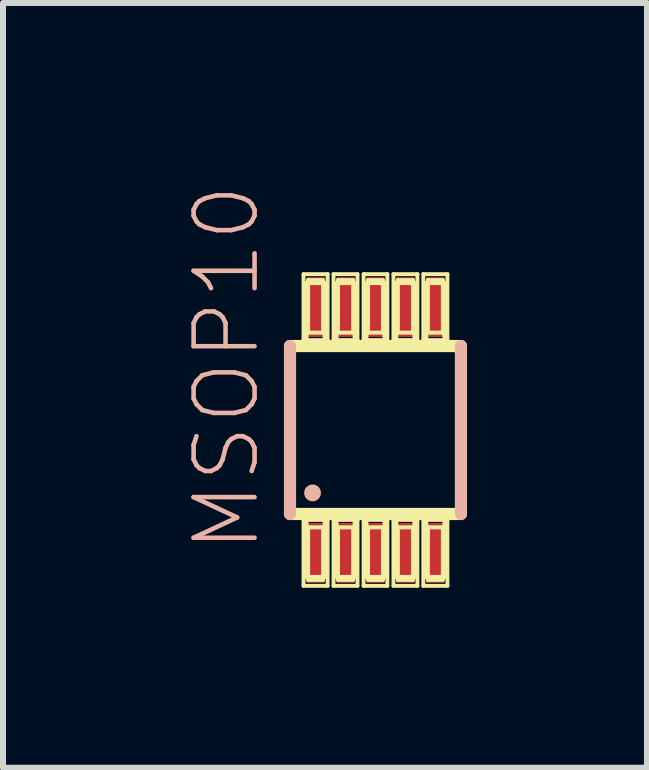
<source format=kicad_pcb>
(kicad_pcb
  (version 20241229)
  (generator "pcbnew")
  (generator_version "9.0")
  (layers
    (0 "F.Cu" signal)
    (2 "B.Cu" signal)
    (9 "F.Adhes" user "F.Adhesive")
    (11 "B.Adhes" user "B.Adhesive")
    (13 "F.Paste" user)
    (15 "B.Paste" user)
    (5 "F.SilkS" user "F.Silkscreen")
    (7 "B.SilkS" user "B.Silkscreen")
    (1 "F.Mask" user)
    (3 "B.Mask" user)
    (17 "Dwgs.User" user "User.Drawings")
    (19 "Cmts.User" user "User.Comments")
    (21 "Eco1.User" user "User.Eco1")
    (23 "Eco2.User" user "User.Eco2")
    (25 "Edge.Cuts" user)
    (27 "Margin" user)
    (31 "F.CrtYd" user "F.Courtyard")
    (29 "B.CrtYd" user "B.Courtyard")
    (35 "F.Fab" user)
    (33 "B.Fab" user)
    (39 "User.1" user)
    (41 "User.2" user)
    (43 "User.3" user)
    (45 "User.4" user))
  (footprint "MSOP10"
    (layer "F.Cu")
    (at 3.21 4.119)
    (property "Reference" "MSOP10" (at -2.482 -1.034 90) (layer "B.SilkS") (effects (font (size 1.016 1.016) (thickness 0.076))))
    (attr smd)
    (fp_line (start -1.425 1.4) (end 1.425 1.4) (stroke (width 0.203) (type solid)) (layer "F.SilkS"))
    (fp_line (start -1.199 -2.598) (end -0.798 -2.598) (stroke (width 0.066) (type solid)) (layer "F.SilkS"))
    (fp_line (start -1.199 -1.499) (end -1.199 -2.598) (stroke (width 0.066) (type solid)) (layer "F.SilkS"))
    (fp_line (start -1.199 -1.499) (end -0.798 -1.499) (stroke (width 0.066) (type solid)) (layer "F.SilkS"))
    (fp_line (start -1.199 1.499) (end -0.798 1.499) (stroke (width 0.066) (type solid)) (layer "F.SilkS"))
    (fp_line (start -1.199 2.598) (end -1.199 1.499) (stroke (width 0.066) (type solid)) (layer "F.SilkS"))
    (fp_line (start -1.199 2.598) (end -0.798 2.598) (stroke (width 0.066) (type solid)) (layer "F.SilkS"))
    (fp_line (start -1.148 -2.449) (end -0.848 -2.449) (stroke (width 0.066) (type solid)) (layer "F.SilkS"))
    (fp_line (start -1.148 -1.473) (end -1.148 -2.449) (stroke (width 0.066) (type solid)) (layer "F.SilkS"))
    (fp_line (start -1.148 -1.473) (end -0.848 -1.473) (stroke (width 0.066) (type solid)) (layer "F.SilkS"))
    (fp_line (start -1.148 1.473) (end -0.848 1.473) (stroke (width 0.066) (type solid)) (layer "F.SilkS"))
    (fp_line (start -1.148 2.449) (end -1.148 1.473) (stroke (width 0.066) (type solid)) (layer "F.SilkS"))
    (fp_line (start -1.148 2.449) (end -0.848 2.449) (stroke (width 0.066) (type solid)) (layer "F.SilkS"))
    (fp_line (start -1.123 -2.499) (end -0.874 -2.499) (stroke (width 0.066) (type solid)) (layer "F.SilkS"))
    (fp_line (start -1.123 -1.623) (end -1.123 -2.499) (stroke (width 0.066) (type solid)) (layer "F.SilkS"))
    (fp_line (start -1.123 -1.623) (end -0.874 -1.623) (stroke (width 0.066) (type solid)) (layer "F.SilkS"))
    (fp_line (start -1.123 1.623) (end -0.874 1.623) (stroke (width 0.066) (type solid)) (layer "F.SilkS"))
    (fp_line (start -1.123 2.499) (end -1.123 1.623) (stroke (width 0.066) (type solid)) (layer "F.SilkS"))
    (fp_line (start -1.123 2.499) (end -0.874 2.499) (stroke (width 0.066) (type solid)) (layer "F.SilkS"))
    (fp_line (start -0.874 -1.623) (end -0.874 -2.499) (stroke (width 0.066) (type solid)) (layer "F.SilkS"))
    (fp_line (start -0.874 2.499) (end -0.874 1.623) (stroke (width 0.066) (type solid)) (layer "F.SilkS"))
    (fp_line (start -0.848 -1.473) (end -0.848 -2.449) (stroke (width 0.066) (type solid)) (layer "F.SilkS"))
    (fp_line (start -0.848 2.449) (end -0.848 1.473) (stroke (width 0.066) (type solid)) (layer "F.SilkS"))
    (fp_line (start -0.798 -1.499) (end -0.798 -2.598) (stroke (width 0.066) (type solid)) (layer "F.SilkS"))
    (fp_line (start -0.798 2.598) (end -0.798 1.499) (stroke (width 0.066) (type solid)) (layer "F.SilkS"))
    (fp_line (start -0.699 -2.598) (end -0.3 -2.598) (stroke (width 0.066) (type solid)) (layer "F.SilkS"))
    (fp_line (start -0.699 -1.499) (end -0.699 -2.598) (stroke (width 0.066) (type solid)) (layer "F.SilkS"))
    (fp_line (start -0.699 -1.499) (end -0.3 -1.499) (stroke (width 0.066) (type solid)) (layer "F.SilkS"))
    (fp_line (start -0.699 1.499) (end -0.3 1.499) (stroke (width 0.066) (type solid)) (layer "F.SilkS"))
    (fp_line (start -0.699 2.598) (end -0.699 1.499) (stroke (width 0.066) (type solid)) (layer "F.SilkS"))
    (fp_line (start -0.699 2.598) (end -0.3 2.598) (stroke (width 0.066) (type solid)) (layer "F.SilkS"))
    (fp_line (start -0.648 -2.449) (end -0.348 -2.449) (stroke (width 0.066) (type solid)) (layer "F.SilkS"))
    (fp_line (start -0.648 -1.473) (end -0.648 -2.449) (stroke (width 0.066) (type solid)) (layer "F.SilkS"))
    (fp_line (start -0.648 -1.473) (end -0.348 -1.473) (stroke (width 0.066) (type solid)) (layer "F.SilkS"))
    (fp_line (start -0.648 1.473) (end -0.348 1.473) (stroke (width 0.066) (type solid)) (layer "F.SilkS"))
    (fp_line (start -0.648 2.449) (end -0.648 1.473) (stroke (width 0.066) (type solid)) (layer "F.SilkS"))
    (fp_line (start -0.648 2.449) (end -0.348 2.449) (stroke (width 0.066) (type solid)) (layer "F.SilkS"))
    (fp_line (start -0.625 -2.499) (end -0.373 -2.499) (stroke (width 0.066) (type solid)) (layer "F.SilkS"))
    (fp_line (start -0.625 -1.623) (end -0.625 -2.499) (stroke (width 0.066) (type solid)) (layer "F.SilkS"))
    (fp_line (start -0.625 -1.623) (end -0.373 -1.623) (stroke (width 0.066) (type solid)) (layer "F.SilkS"))
    (fp_line (start -0.625 1.623) (end -0.373 1.623) (stroke (width 0.066) (type solid)) (layer "F.SilkS"))
    (fp_line (start -0.625 2.499) (end -0.625 1.623) (stroke (width 0.066) (type solid)) (layer "F.SilkS"))
    (fp_line (start -0.625 2.499) (end -0.373 2.499) (stroke (width 0.066) (type solid)) (layer "F.SilkS"))
    (fp_line (start -0.373 -1.623) (end -0.373 -2.499) (stroke (width 0.066) (type solid)) (layer "F.SilkS"))
    (fp_line (start -0.373 2.499) (end -0.373 1.623) (stroke (width 0.066) (type solid)) (layer "F.SilkS"))
    (fp_line (start -0.348 -1.473) (end -0.348 -2.449) (stroke (width 0.066) (type solid)) (layer "F.SilkS"))
    (fp_line (start -0.348 2.449) (end -0.348 1.473) (stroke (width 0.066) (type solid)) (layer "F.SilkS"))
    (fp_line (start -0.3 -1.499) (end -0.3 -2.598) (stroke (width 0.066) (type solid)) (layer "F.SilkS"))
    (fp_line (start -0.3 2.598) (end -0.3 1.499) (stroke (width 0.066) (type solid)) (layer "F.SilkS"))
    (fp_line (start -0.198 -2.598) (end 0.198 -2.598) (stroke (width 0.066) (type solid)) (layer "F.SilkS"))
    (fp_line (start -0.198 -1.499) (end -0.198 -2.598) (stroke (width 0.066) (type solid)) (layer "F.SilkS"))
    (fp_line (start -0.198 -1.499) (end 0.198 -1.499) (stroke (width 0.066) (type solid)) (layer "F.SilkS"))
    (fp_line (start -0.198 1.499) (end 0.198 1.499) (stroke (width 0.066) (type solid)) (layer "F.SilkS"))
    (fp_line (start -0.198 2.598) (end -0.198 1.499) (stroke (width 0.066) (type solid)) (layer "F.SilkS"))
    (fp_line (start -0.198 2.598) (end 0.198 2.598) (stroke (width 0.066) (type solid)) (layer "F.SilkS"))
    (fp_line (start -0.15 -2.449) (end 0.15 -2.449) (stroke (width 0.066) (type solid)) (layer "F.SilkS"))
    (fp_line (start -0.15 -1.473) (end -0.15 -2.449) (stroke (width 0.066) (type solid)) (layer "F.SilkS"))
    (fp_line (start -0.15 -1.473) (end 0.15 -1.473) (stroke (width 0.066) (type solid)) (layer "F.SilkS"))
    (fp_line (start -0.15 1.473) (end 0.15 1.473) (stroke (width 0.066) (type solid)) (layer "F.SilkS"))
    (fp_line (start -0.15 2.449) (end -0.15 1.473) (stroke (width 0.066) (type solid)) (layer "F.SilkS"))
    (fp_line (start -0.15 2.449) (end 0.15 2.449) (stroke (width 0.066) (type solid)) (layer "F.SilkS"))
    (fp_line (start -0.124 -2.499) (end 0.124 -2.499) (stroke (width 0.066) (type solid)) (layer "F.SilkS"))
    (fp_line (start -0.124 -1.623) (end -0.124 -2.499) (stroke (width 0.066) (type solid)) (layer "F.SilkS"))
    (fp_line (start -0.124 -1.623) (end 0.124 -1.623) (stroke (width 0.066) (type solid)) (layer "F.SilkS"))
    (fp_line (start -0.124 1.623) (end 0.124 1.623) (stroke (width 0.066) (type solid)) (layer "F.SilkS"))
    (fp_line (start -0.124 2.499) (end -0.124 1.623) (stroke (width 0.066) (type solid)) (layer "F.SilkS"))
    (fp_line (start -0.124 2.499) (end 0.124 2.499) (stroke (width 0.066) (type solid)) (layer "F.SilkS"))
    (fp_line (start 0.124 -1.623) (end 0.124 -2.499) (stroke (width 0.066) (type solid)) (layer "F.SilkS"))
    (fp_line (start 0.124 2.499) (end 0.124 1.623) (stroke (width 0.066) (type solid)) (layer "F.SilkS"))
    (fp_line (start 0.15 -1.473) (end 0.15 -2.449) (stroke (width 0.066) (type solid)) (layer "F.SilkS"))
    (fp_line (start 0.15 2.449) (end 0.15 1.473) (stroke (width 0.066) (type solid)) (layer "F.SilkS"))
    (fp_line (start 0.198 -1.499) (end 0.198 -2.598) (stroke (width 0.066) (type solid)) (layer "F.SilkS"))
    (fp_line (start 0.198 2.598) (end 0.198 1.499) (stroke (width 0.066) (type solid)) (layer "F.SilkS"))
    (fp_line (start 0.3 -2.598) (end 0.699 -2.598) (stroke (width 0.066) (type solid)) (layer "F.SilkS"))
    (fp_line (start 0.3 -1.499) (end 0.3 -2.598) (stroke (width 0.066) (type solid)) (layer "F.SilkS"))
    (fp_line (start 0.3 -1.499) (end 0.699 -1.499) (stroke (width 0.066) (type solid)) (layer "F.SilkS"))
    (fp_line (start 0.3 1.499) (end 0.699 1.499) (stroke (width 0.066) (type solid)) (layer "F.SilkS"))
    (fp_line (start 0.3 2.598) (end 0.3 1.499) (stroke (width 0.066) (type solid)) (layer "F.SilkS"))
    (fp_line (start 0.3 2.598) (end 0.699 2.598) (stroke (width 0.066) (type solid)) (layer "F.SilkS"))
    (fp_line (start 0.348 -2.449) (end 0.648 -2.449) (stroke (width 0.066) (type solid)) (layer "F.SilkS"))
    (fp_line (start 0.348 -1.473) (end 0.348 -2.449) (stroke (width 0.066) (type solid)) (layer "F.SilkS"))
    (fp_line (start 0.348 -1.473) (end 0.648 -1.473) (stroke (width 0.066) (type solid)) (layer "F.SilkS"))
    (fp_line (start 0.348 1.473) (end 0.648 1.473) (stroke (width 0.066) (type solid)) (layer "F.SilkS"))
    (fp_line (start 0.348 2.449) (end 0.348 1.473) (stroke (width 0.066) (type solid)) (layer "F.SilkS"))
    (fp_line (start 0.348 2.449) (end 0.648 2.449) (stroke (width 0.066) (type solid)) (layer "F.SilkS"))
    (fp_line (start 0.373 -2.499) (end 0.625 -2.499) (stroke (width 0.066) (type solid)) (layer "F.SilkS"))
    (fp_line (start 0.373 -1.623) (end 0.373 -2.499) (stroke (width 0.066) (type solid)) (layer "F.SilkS"))
    (fp_line (start 0.373 -1.623) (end 0.625 -1.623) (stroke (width 0.066) (type solid)) (layer "F.SilkS"))
    (fp_line (start 0.373 1.623) (end 0.625 1.623) (stroke (width 0.066) (type solid)) (layer "F.SilkS"))
    (fp_line (start 0.373 2.499) (end 0.373 1.623) (stroke (width 0.066) (type solid)) (layer "F.SilkS"))
    (fp_line (start 0.373 2.499) (end 0.625 2.499) (stroke (width 0.066) (type solid)) (layer "F.SilkS"))
    (fp_line (start 0.625 -1.623) (end 0.625 -2.499) (stroke (width 0.066) (type solid)) (layer "F.SilkS"))
    (fp_line (start 0.625 2.499) (end 0.625 1.623) (stroke (width 0.066) (type solid)) (layer "F.SilkS"))
    (fp_line (start 0.648 -1.473) (end 0.648 -2.449) (stroke (width 0.066) (type solid)) (layer "F.SilkS"))
    (fp_line (start 0.648 2.449) (end 0.648 1.473) (stroke (width 0.066) (type solid)) (layer "F.SilkS"))
    (fp_line (start 0.699 -1.499) (end 0.699 -2.598) (stroke (width 0.066) (type solid)) (layer "F.SilkS"))
    (fp_line (start 0.699 2.598) (end 0.699 1.499) (stroke (width 0.066) (type solid)) (layer "F.SilkS"))
    (fp_line (start 0.798 -2.598) (end 1.199 -2.598) (stroke (width 0.066) (type solid)) (layer "F.SilkS"))
    (fp_line (start 0.798 -1.499) (end 0.798 -2.598) (stroke (width 0.066) (type solid)) (layer "F.SilkS"))
    (fp_line (start 0.798 -1.499) (end 1.199 -1.499) (stroke (width 0.066) (type solid)) (layer "F.SilkS"))
    (fp_line (start 0.798 1.499) (end 1.199 1.499) (stroke (width 0.066) (type solid)) (layer "F.SilkS"))
    (fp_line (start 0.798 2.598) (end 0.798 1.499) (stroke (width 0.066) (type solid)) (layer "F.SilkS"))
    (fp_line (start 0.798 2.598) (end 1.199 2.598) (stroke (width 0.066) (type solid)) (layer "F.SilkS"))
    (fp_line (start 0.848 -2.449) (end 1.148 -2.449) (stroke (width 0.066) (type solid)) (layer "F.SilkS"))
    (fp_line (start 0.848 -1.473) (end 0.848 -2.449) (stroke (width 0.066) (type solid)) (layer "F.SilkS"))
    (fp_line (start 0.848 -1.473) (end 1.148 -1.473) (stroke (width 0.066) (type solid)) (layer "F.SilkS"))
    (fp_line (start 0.848 1.473) (end 1.148 1.473) (stroke (width 0.066) (type solid)) (layer "F.SilkS"))
    (fp_line (start 0.848 2.449) (end 0.848 1.473) (stroke (width 0.066) (type solid)) (layer "F.SilkS"))
    (fp_line (start 0.848 2.449) (end 1.148 2.449) (stroke (width 0.066) (type solid)) (layer "F.SilkS"))
    (fp_line (start 0.874 -2.499) (end 1.123 -2.499) (stroke (width 0.066) (type solid)) (layer "F.SilkS"))
    (fp_line (start 0.874 -1.623) (end 0.874 -2.499) (stroke (width 0.066) (type solid)) (layer "F.SilkS"))
    (fp_line (start 0.874 -1.623) (end 1.123 -1.623) (stroke (width 0.066) (type solid)) (layer "F.SilkS"))
    (fp_line (start 0.874 1.623) (end 1.123 1.623) (stroke (width 0.066) (type solid)) (layer "F.SilkS"))
    (fp_line (start 0.874 2.499) (end 0.874 1.623) (stroke (width 0.066) (type solid)) (layer "F.SilkS"))
    (fp_line (start 0.874 2.499) (end 1.123 2.499) (stroke (width 0.066) (type solid)) (layer "F.SilkS"))
    (fp_line (start 1.123 -1.623) (end 1.123 -2.499) (stroke (width 0.066) (type solid)) (layer "F.SilkS"))
    (fp_line (start 1.123 2.499) (end 1.123 1.623) (stroke (width 0.066) (type solid)) (layer "F.SilkS"))
    (fp_line (start 1.148 -1.473) (end 1.148 -2.449) (stroke (width 0.066) (type solid)) (layer "F.SilkS"))
    (fp_line (start 1.148 2.449) (end 1.148 1.473) (stroke (width 0.066) (type solid)) (layer "F.SilkS"))
    (fp_line (start 1.199 -1.499) (end 1.199 -2.598) (stroke (width 0.066) (type solid)) (layer "F.SilkS"))
    (fp_line (start 1.199 2.598) (end 1.199 1.499) (stroke (width 0.066) (type solid)) (layer "F.SilkS"))
    (fp_line (start 1.425 -1.4) (end -1.425 -1.4) (stroke (width 0.203) (type solid)) (layer "F.SilkS"))
    (fp_line (start -1.425 -1.4) (end -1.425 1.4) (stroke (width 0.203) (type solid)) (layer "B.SilkS"))
    (fp_line (start 1.425 1.4) (end 1.425 -1.4) (stroke (width 0.203) (type solid)) (layer "B.SilkS"))
    (fp_circle (center -1.049 1.049) (end -1.148 1.148) (stroke (width 0) (type solid)) (fill yes) (layer "B.SilkS"))
    (pad "1" smd rect (at -0.998 2.05) (size 0.3 0.998) (layers "F.Cu" "F.Mask" "F.Paste"))
    (pad "2" smd rect (at -0.498 2.05) (size 0.3 0.998) (layers "F.Cu" "F.Mask" "F.Paste"))
    (pad "3" smd rect (at 0 2.05) (size 0.3 0.998) (layers "F.Cu" "F.Mask" "F.Paste"))
    (pad "4" smd rect (at 0.498 2.05) (size 0.3 0.998) (layers "F.Cu" "F.Mask" "F.Paste"))
    (pad "5" smd rect (at 0.998 2.05) (size 0.3 0.998) (layers "F.Cu" "F.Mask" "F.Paste"))
    (pad "6" smd rect (at 0.998 -2.05 180) (size 0.3 0.998) (layers "F.Cu" "F.Mask" "F.Paste"))
    (pad "7" smd rect (at 0.498 -2.05 180) (size 0.3 0.998) (layers "F.Cu" "F.Mask" "F.Paste"))
    (pad "8" smd rect (at 0 -2.05 180) (size 0.3 0.998) (layers "F.Cu" "F.Mask" "F.Paste"))
    (pad "9" smd rect (at -0.498 -2.05 180) (size 0.3 0.998) (layers "F.Cu" "F.Mask" "F.Paste"))
    (pad "10" smd rect (at -0.998 -2.05 180) (size 0.3 0.998) (layers "F.Cu" "F.Mask" "F.Paste")))
  (gr_rect
    (start -3 -3)
    (end 7.736 9.75)
    (stroke (width 0.1) (type default))
    (fill no)
    (layer "Edge.Cuts")))
</source>
